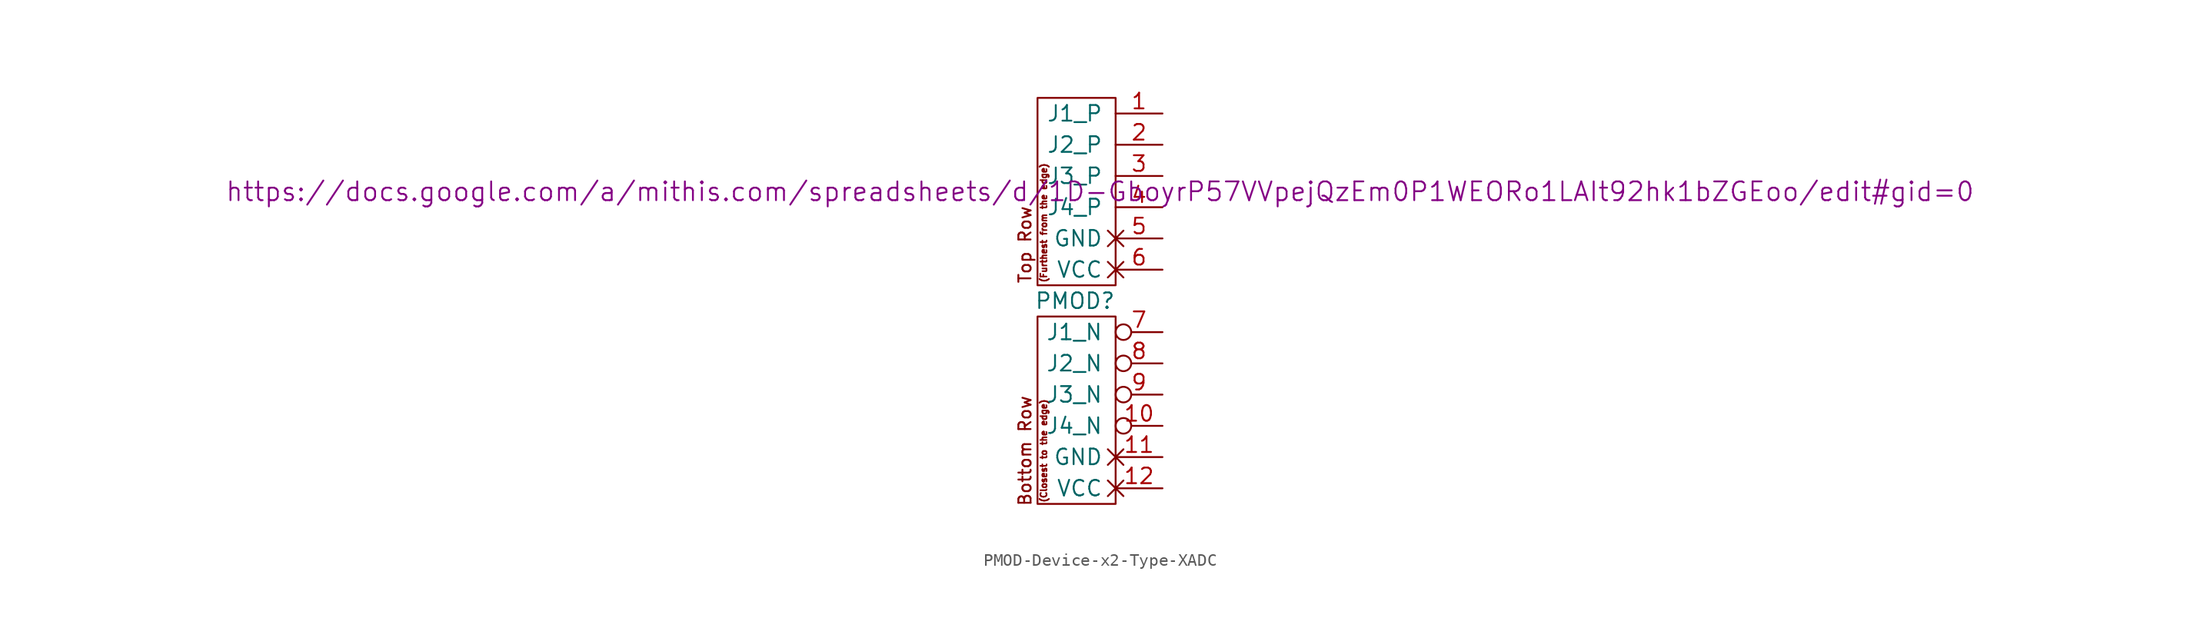
<source format=kicad_sym>
(kicad_symbol_lib
  (version 20211014)
  (generator kicad_symbol_editor)
  (symbol "PMOD-Device-x2-Type-XADC"
    (pin_names
      (offset 1.016))
    (property "Reference" "PMOD"
      (at -3.302 -1.27 0)
      (effects (font (size 1.27 1.27))))
    (property "Datasheet" "https://docs.google.com/a/mithis.com/spreadsheets/d/1D-GboyrP57VVpejQzEm0P1WEORo1LAIt92hk1bZGEoo/edit#gid=0"
      (at -1.27 7.62 0)
      (effects (font (size 1.524 1.524))))
    (symbol "PMOD-Device-x2-Type-XADC_0_0"
      (text "(Closest to the edge)" (at -5.842 -13.462 900) (effects (font (size 0.508 0.508))))
      (text "(Furthest from the edge)" (at -5.842 5.08 900) (effects (font (size 0.508 0.508))))
      (text "Bottom Row" (at -7.366 -13.462 900) (effects (font (size 0.991 0.991))))
      (text "Top Row" (at -7.366 3.302 900) (effects (font (size 0.991 0.991)))))
    (symbol "PMOD-Device-x2-Type-XADC_0_1"
      (rectangle (start -6.35 -2.54) (end 0 -17.78) (stroke (width 0) (type default) (color 0 0 0 0)) (fill (type none)))
      (rectangle (start 0 15.24) (end -6.35 0) (stroke (width 0) (type default) (color 0 0 0 0)) (fill (type none))))
    (symbol "PMOD-Device-x2-Type-XADC_1_1"
      (pin bidirectional line (at 3.81 13.97 180) (length 3.81) (name "J1_P" (effects (font (size 1.27 1.27)))) (number "1" (effects (font (size 1.27 1.27)))))
      (pin bidirectional inverted (at 3.81 -11.43 180) (length 3.81) (name "J4_N" (effects (font (size 1.27 1.27)))) (number "10" (effects (font (size 1.27 1.27)))))
      (pin power_out non_logic (at 3.81 -13.97 180) (length 3.81) (name "GND" (effects (font (size 1.27 1.27)))) (number "11" (effects (font (size 1.27 1.27)))))
      (pin power_out non_logic (at 3.81 -16.51 180) (length 3.81) (name "VCC" (effects (font (size 1.27 1.27)))) (number "12" (effects (font (size 1.27 1.27)))))
      (pin bidirectional line (at 3.81 11.43 180) (length 3.81) (name "J2_P" (effects (font (size 1.27 1.27)))) (number "2" (effects (font (size 1.27 1.27)))))
      (pin bidirectional line (at 3.81 8.89 180) (length 3.81) (name "J3_P" (effects (font (size 1.27 1.27)))) (number "3" (effects (font (size 1.27 1.27)))))
      (pin bidirectional line (at 3.81 6.35 180) (length 3.81) (name "J4_P" (effects (font (size 1.27 1.27)))) (number "4" (effects (font (size 1.27 1.27)))))
      (pin power_out non_logic (at 3.81 3.81 180) (length 3.81) (name "GND" (effects (font (size 1.27 1.27)))) (number "5" (effects (font (size 1.27 1.27)))))
      (pin power_out non_logic (at 3.81 1.27 180) (length 3.81) (name "VCC" (effects (font (size 1.27 1.27)))) (number "6" (effects (font (size 1.27 1.27)))))
      (pin bidirectional inverted (at 3.81 -3.81 180) (length 3.81) (name "J1_N" (effects (font (size 1.27 1.27)))) (number "7" (effects (font (size 1.27 1.27)))))
      (pin bidirectional inverted (at 3.81 -6.35 180) (length 3.81) (name "J2_N" (effects (font (size 1.27 1.27)))) (number "8" (effects (font (size 1.27 1.27)))))
      (pin bidirectional inverted (at 3.81 -8.89 180) (length 3.81) (name "J3_N" (effects (font (size 1.27 1.27)))) (number "9" (effects (font (size 1.27 1.27))))))))
</source>
